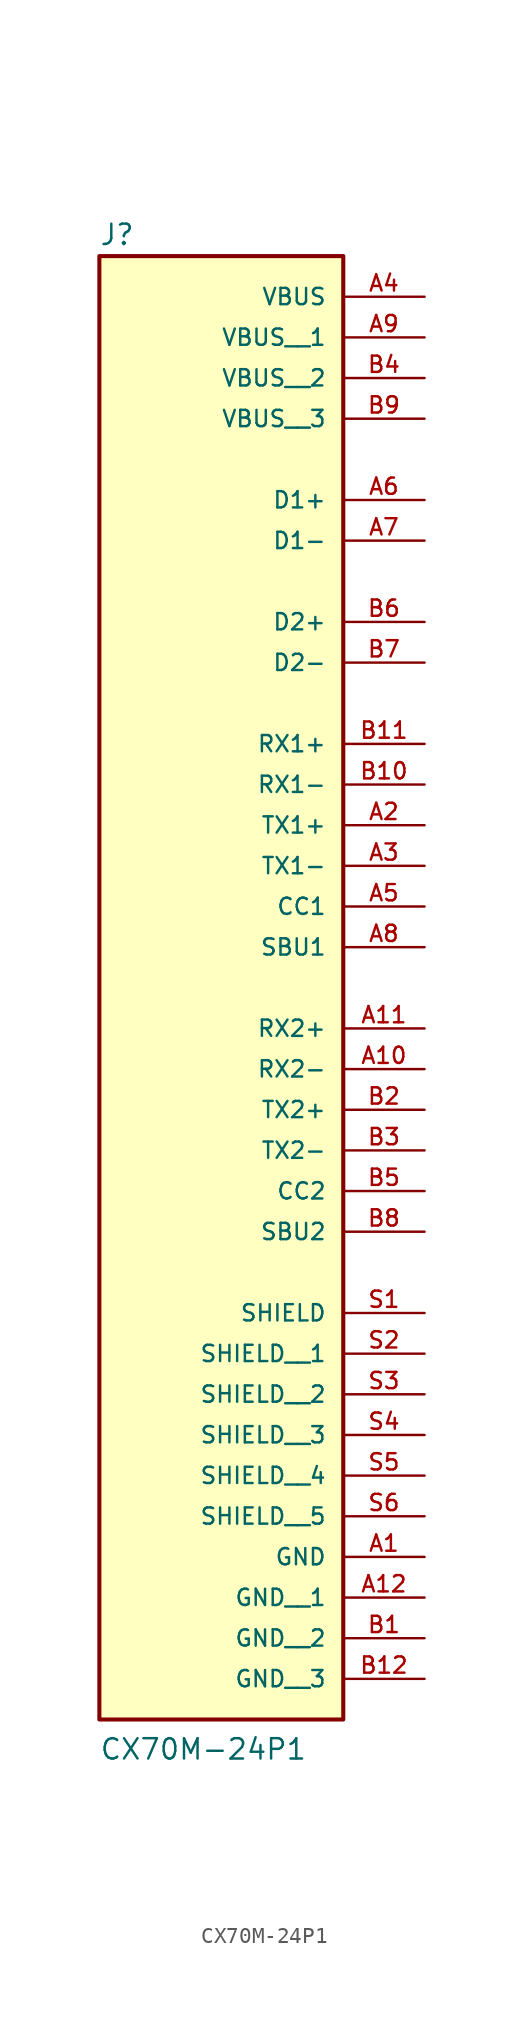
<source format=kicad_sym>
(kicad_symbol_lib
  (version 20211014)
  (generator kicad_symbol_editor)
  (symbol "CX70M-24P1"
    (pin_names
      (offset 1.016))
    (property "Reference" "J"
      (at -7.64 33.614 0)
      (effects (font (size 1.27 1.27)) (justify bottom left)))
    (property "Value" "CX70M-24P1"
      (at -7.633 -61.02 0)
      (effects (font (size 1.27 1.27)) (justify bottom left)))
    (symbol "CX70M-24P1_0_0"
      (rectangle (start -7.62 -58.42) (end 7.62 33.02) (stroke (width 0.254)) (fill (type background)))
      (pin power_in line (at 12.7 30.48 180.0) (length 5.08) (name "VBUS" (effects (font (size 1.016 1.016)))) (number "A4" (effects (font (size 1.016 1.016)))))
      (pin power_in line (at 12.7 -33.02 180.0) (length 5.08) (name "SHIELD" (effects (font (size 1.016 1.016)))) (number "S1" (effects (font (size 1.016 1.016)))))
      (pin bidirectional line (at 12.7 17.78 180.0) (length 5.08) (name "D1+" (effects (font (size 1.016 1.016)))) (number "A6" (effects (font (size 1.016 1.016)))))
      (pin bidirectional line (at 12.7 15.24 180.0) (length 5.08) (name "D1-" (effects (font (size 1.016 1.016)))) (number "A7" (effects (font (size 1.016 1.016)))))
      (pin bidirectional line (at 12.7 10.16 180.0) (length 5.08) (name "D2+" (effects (font (size 1.016 1.016)))) (number "B6" (effects (font (size 1.016 1.016)))))
      (pin bidirectional line (at 12.7 7.62 180.0) (length 5.08) (name "D2-" (effects (font (size 1.016 1.016)))) (number "B7" (effects (font (size 1.016 1.016)))))
      (pin power_in line (at 12.7 -48.26 180.0) (length 5.08) (name "GND" (effects (font (size 1.016 1.016)))) (number "A1" (effects (font (size 1.016 1.016)))))
      (pin bidirectional line (at 12.7 2.54 180.0) (length 5.08) (name "RX1+" (effects (font (size 1.016 1.016)))) (number "B11" (effects (font (size 1.016 1.016)))))
      (pin bidirectional line (at 12.7 0.0 180.0) (length 5.08) (name "RX1-" (effects (font (size 1.016 1.016)))) (number "B10" (effects (font (size 1.016 1.016)))))
      (pin bidirectional line (at 12.7 -2.54 180.0) (length 5.08) (name "TX1+" (effects (font (size 1.016 1.016)))) (number "A2" (effects (font (size 1.016 1.016)))))
      (pin bidirectional line (at 12.7 -5.08 180.0) (length 5.08) (name "TX1-" (effects (font (size 1.016 1.016)))) (number "A3" (effects (font (size 1.016 1.016)))))
      (pin bidirectional line (at 12.7 -7.62 180.0) (length 5.08) (name "CC1" (effects (font (size 1.016 1.016)))) (number "A5" (effects (font (size 1.016 1.016)))))
      (pin bidirectional line (at 12.7 -10.16 180.0) (length 5.08) (name "SBU1" (effects (font (size 1.016 1.016)))) (number "A8" (effects (font (size 1.016 1.016)))))
      (pin bidirectional line (at 12.7 -15.24 180.0) (length 5.08) (name "RX2+" (effects (font (size 1.016 1.016)))) (number "A11" (effects (font (size 1.016 1.016)))))
      (pin bidirectional line (at 12.7 -17.78 180.0) (length 5.08) (name "RX2-" (effects (font (size 1.016 1.016)))) (number "A10" (effects (font (size 1.016 1.016)))))
      (pin bidirectional line (at 12.7 -20.32 180.0) (length 5.08) (name "TX2+" (effects (font (size 1.016 1.016)))) (number "B2" (effects (font (size 1.016 1.016)))))
      (pin bidirectional line (at 12.7 -22.86 180.0) (length 5.08) (name "TX2-" (effects (font (size 1.016 1.016)))) (number "B3" (effects (font (size 1.016 1.016)))))
      (pin bidirectional line (at 12.7 -25.4 180.0) (length 5.08) (name "CC2" (effects (font (size 1.016 1.016)))) (number "B5" (effects (font (size 1.016 1.016)))))
      (pin bidirectional line (at 12.7 -27.94 180.0) (length 5.08) (name "SBU2" (effects (font (size 1.016 1.016)))) (number "B8" (effects (font (size 1.016 1.016)))))
      (pin power_in line (at 12.7 27.94 180.0) (length 5.08) (name "VBUS__1" (effects (font (size 1.016 1.016)))) (number "A9" (effects (font (size 1.016 1.016)))))
      (pin power_in line (at 12.7 25.4 180.0) (length 5.08) (name "VBUS__2" (effects (font (size 1.016 1.016)))) (number "B4" (effects (font (size 1.016 1.016)))))
      (pin power_in line (at 12.7 22.86 180.0) (length 5.08) (name "VBUS__3" (effects (font (size 1.016 1.016)))) (number "B9" (effects (font (size 1.016 1.016)))))
      (pin power_in line (at 12.7 -35.56 180.0) (length 5.08) (name "SHIELD__1" (effects (font (size 1.016 1.016)))) (number "S2" (effects (font (size 1.016 1.016)))))
      (pin power_in line (at 12.7 -38.1 180.0) (length 5.08) (name "SHIELD__2" (effects (font (size 1.016 1.016)))) (number "S3" (effects (font (size 1.016 1.016)))))
      (pin power_in line (at 12.7 -40.64 180.0) (length 5.08) (name "SHIELD__3" (effects (font (size 1.016 1.016)))) (number "S4" (effects (font (size 1.016 1.016)))))
      (pin power_in line (at 12.7 -43.18 180.0) (length 5.08) (name "SHIELD__4" (effects (font (size 1.016 1.016)))) (number "S5" (effects (font (size 1.016 1.016)))))
      (pin power_in line (at 12.7 -45.72 180.0) (length 5.08) (name "SHIELD__5" (effects (font (size 1.016 1.016)))) (number "S6" (effects (font (size 1.016 1.016)))))
      (pin power_in line (at 12.7 -50.8 180.0) (length 5.08) (name "GND__1" (effects (font (size 1.016 1.016)))) (number "A12" (effects (font (size 1.016 1.016)))))
      (pin power_in line (at 12.7 -53.34 180.0) (length 5.08) (name "GND__2" (effects (font (size 1.016 1.016)))) (number "B1" (effects (font (size 1.016 1.016)))))
      (pin power_in line (at 12.7 -55.88 180.0) (length 5.08) (name "GND__3" (effects (font (size 1.016 1.016)))) (number "B12" (effects (font (size 1.016 1.016))))))))
</source>
